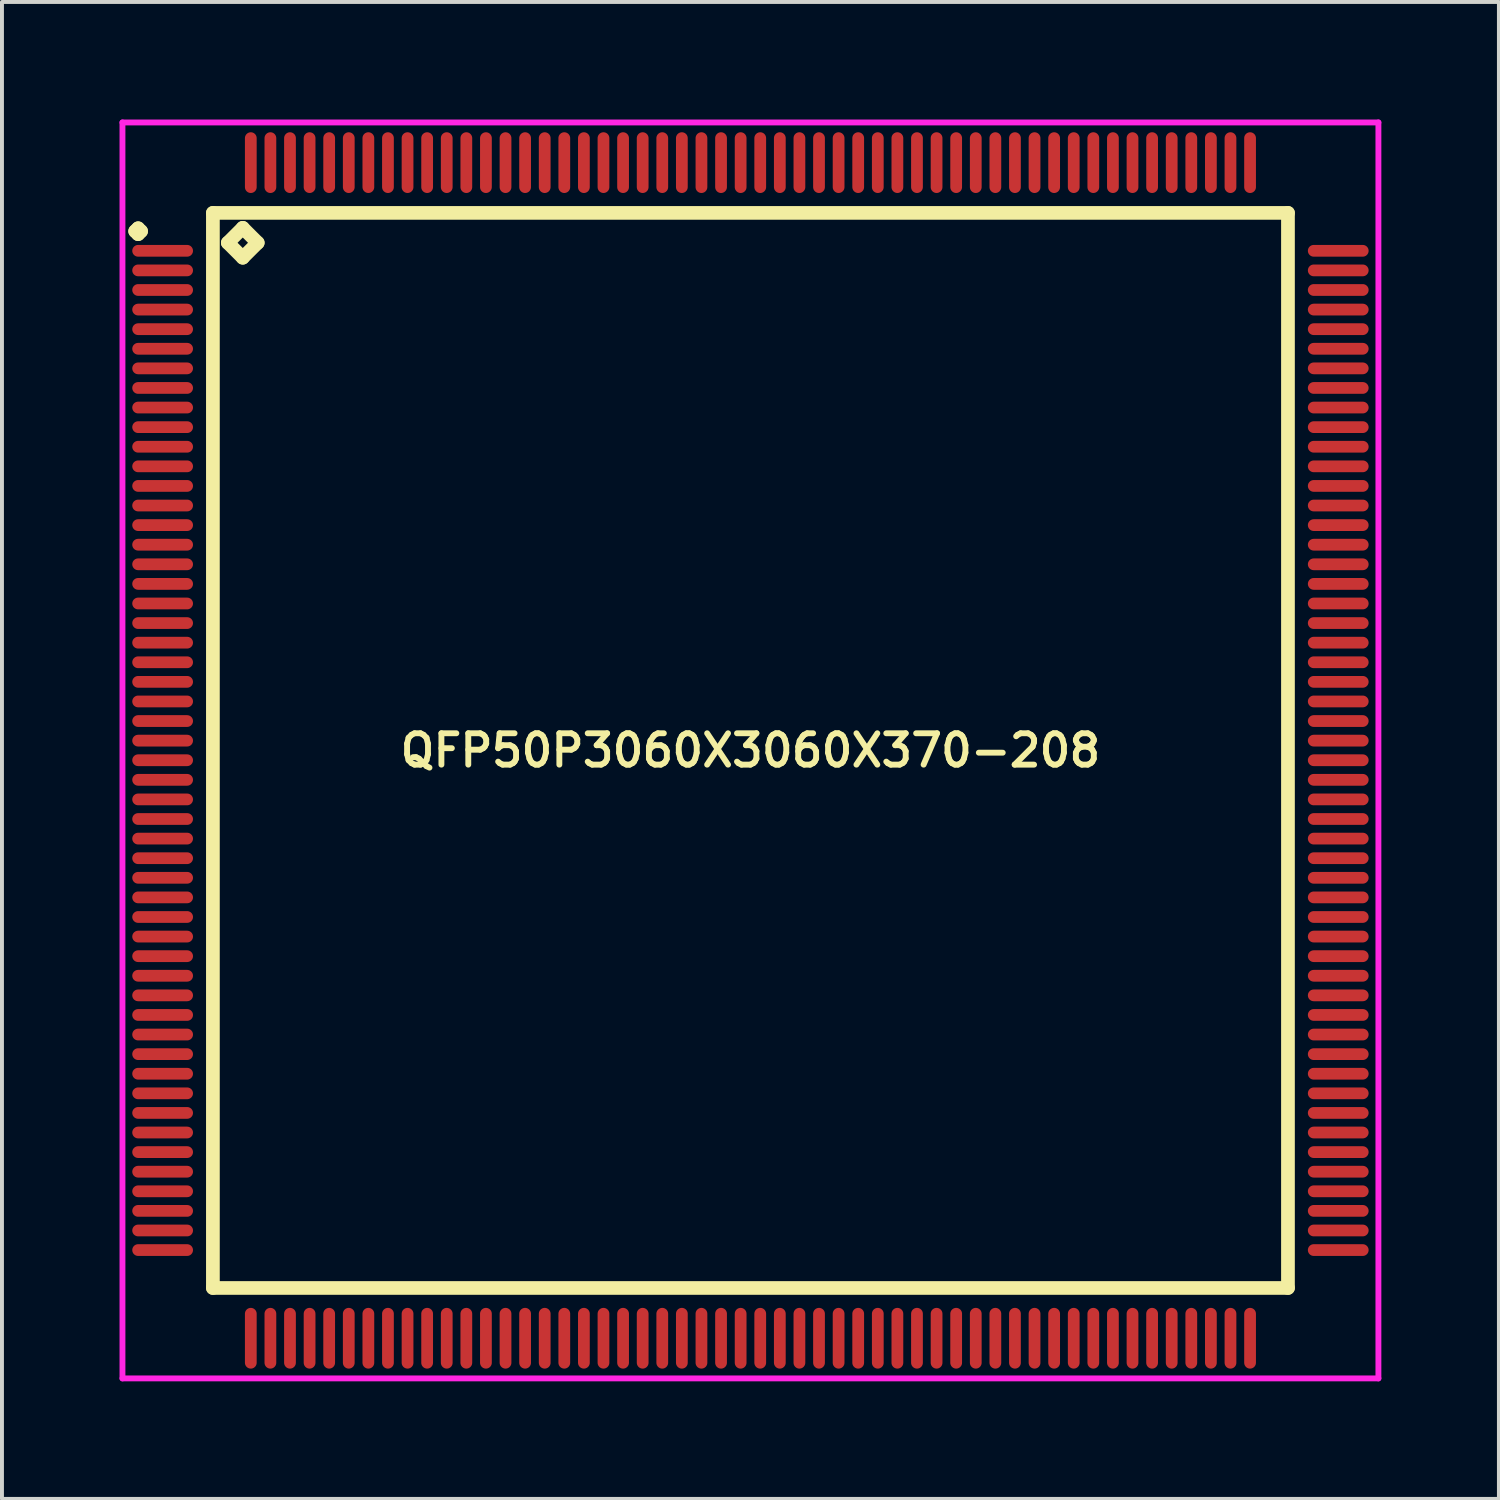
<source format=kicad_pcb>
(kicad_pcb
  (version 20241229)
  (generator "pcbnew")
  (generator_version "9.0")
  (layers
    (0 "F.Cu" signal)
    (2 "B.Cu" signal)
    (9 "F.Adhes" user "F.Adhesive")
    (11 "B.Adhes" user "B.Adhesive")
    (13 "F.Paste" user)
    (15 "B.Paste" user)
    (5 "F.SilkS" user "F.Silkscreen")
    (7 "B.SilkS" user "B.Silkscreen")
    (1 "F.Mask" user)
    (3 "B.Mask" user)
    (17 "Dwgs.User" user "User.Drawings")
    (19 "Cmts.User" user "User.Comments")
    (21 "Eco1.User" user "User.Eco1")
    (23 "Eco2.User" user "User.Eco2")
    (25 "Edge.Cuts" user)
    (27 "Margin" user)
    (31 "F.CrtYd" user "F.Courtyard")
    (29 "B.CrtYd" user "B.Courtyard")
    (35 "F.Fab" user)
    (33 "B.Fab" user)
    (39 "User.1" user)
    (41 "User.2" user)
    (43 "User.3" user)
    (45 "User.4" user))
  (footprint "QFP50P3060X3060X370-208"
    (layer "F.Cu")
    (at 16.1 16.1)
    (property "Reference" "QFP50P3060X3060X370-208" (at 0 0 0) (layer "F.SilkS") (effects (font (size 0.8 0.8) (thickness 0.15))))
    (attr smd)
    (fp_line (start -15.7 -13.25) (end -15.625 -13.325) (stroke (width 0.35) (type solid)) (layer "F.SilkS"))
    (fp_line (start -15.625 -13.325) (end -15.55 -13.25) (stroke (width 0.35) (type solid)) (layer "F.SilkS"))
    (fp_line (start -15.625 -13.175) (end -15.7 -13.25) (stroke (width 0.35) (type solid)) (layer "F.SilkS"))
    (fp_line (start -15.55 -13.25) (end -15.625 -13.175) (stroke (width 0.35) (type solid)) (layer "F.SilkS"))
    (fp_line (start -13.717 -13.717) (end -13.717 13.717) (stroke (width 0.35) (type solid)) (layer "F.SilkS"))
    (fp_line (start -13.717 13.717) (end 13.717 13.717) (stroke (width 0.35) (type solid)) (layer "F.SilkS"))
    (fp_line (start -13.336 -12.955) (end -12.955 -13.336) (stroke (width 0.35) (type solid)) (layer "F.SilkS"))
    (fp_line (start -12.955 -13.336) (end -12.574 -12.955) (stroke (width 0.35) (type solid)) (layer "F.SilkS"))
    (fp_line (start -12.955 -12.574) (end -13.336 -12.955) (stroke (width 0.35) (type solid)) (layer "F.SilkS"))
    (fp_line (start -12.574 -12.955) (end -12.955 -12.574) (stroke (width 0.35) (type solid)) (layer "F.SilkS"))
    (fp_line (start 13.717 -13.717) (end -13.717 -13.717) (stroke (width 0.35) (type solid)) (layer "F.SilkS"))
    (fp_line (start 13.717 13.717) (end 13.717 -13.717) (stroke (width 0.35) (type solid)) (layer "F.SilkS"))
    (fp_line (start -16.025 -16.025) (end 16.025 -16.025) (stroke (width 0.15) (type solid)) (layer "F.CrtYd"))
    (fp_line (start -16.025 16.025) (end -16.025 -16.025) (stroke (width 0.15) (type solid)) (layer "F.CrtYd"))
    (fp_line (start 16.025 -16.025) (end 16.025 16.025) (stroke (width 0.15) (type solid)) (layer "F.CrtYd"))
    (fp_line (start 16.025 16.025) (end -16.025 16.025) (stroke (width 0.15) (type solid)) (layer "F.CrtYd"))
    (pad "1" smd oval (at -15 -12.75) (size 1.55 0.3) (layers "F.Cu" "F.Mask" "F.Paste"))
    (pad "2" smd oval (at -15 -12.25) (size 1.55 0.3) (layers "F.Cu" "F.Mask" "F.Paste"))
    (pad "3" smd oval (at -15 -11.75) (size 1.55 0.3) (layers "F.Cu" "F.Mask" "F.Paste"))
    (pad "4" smd oval (at -15 -11.25) (size 1.55 0.3) (layers "F.Cu" "F.Mask" "F.Paste"))
    (pad "5" smd oval (at -15 -10.75) (size 1.55 0.3) (layers "F.Cu" "F.Mask" "F.Paste"))
    (pad "6" smd oval (at -15 -10.25) (size 1.55 0.3) (layers "F.Cu" "F.Mask" "F.Paste"))
    (pad "7" smd oval (at -15 -9.75) (size 1.55 0.3) (layers "F.Cu" "F.Mask" "F.Paste"))
    (pad "8" smd oval (at -15 -9.25) (size 1.55 0.3) (layers "F.Cu" "F.Mask" "F.Paste"))
    (pad "9" smd oval (at -15 -8.75) (size 1.55 0.3) (layers "F.Cu" "F.Mask" "F.Paste"))
    (pad "10" smd oval (at -15 -8.25) (size 1.55 0.3) (layers "F.Cu" "F.Mask" "F.Paste"))
    (pad "11" smd oval (at -15 -7.75) (size 1.55 0.3) (layers "F.Cu" "F.Mask" "F.Paste"))
    (pad "12" smd oval (at -15 -7.25) (size 1.55 0.3) (layers "F.Cu" "F.Mask" "F.Paste"))
    (pad "13" smd oval (at -15 -6.75) (size 1.55 0.3) (layers "F.Cu" "F.Mask" "F.Paste"))
    (pad "14" smd oval (at -15 -6.25) (size 1.55 0.3) (layers "F.Cu" "F.Mask" "F.Paste"))
    (pad "15" smd oval (at -15 -5.75) (size 1.55 0.3) (layers "F.Cu" "F.Mask" "F.Paste"))
    (pad "16" smd oval (at -15 -5.25) (size 1.55 0.3) (layers "F.Cu" "F.Mask" "F.Paste"))
    (pad "17" smd oval (at -15 -4.75) (size 1.55 0.3) (layers "F.Cu" "F.Mask" "F.Paste"))
    (pad "18" smd oval (at -15 -4.25) (size 1.55 0.3) (layers "F.Cu" "F.Mask" "F.Paste"))
    (pad "19" smd oval (at -15 -3.75) (size 1.55 0.3) (layers "F.Cu" "F.Mask" "F.Paste"))
    (pad "20" smd oval (at -15 -3.25) (size 1.55 0.3) (layers "F.Cu" "F.Mask" "F.Paste"))
    (pad "21" smd oval (at -15 -2.75) (size 1.55 0.3) (layers "F.Cu" "F.Mask" "F.Paste"))
    (pad "22" smd oval (at -15 -2.25) (size 1.55 0.3) (layers "F.Cu" "F.Mask" "F.Paste"))
    (pad "23" smd oval (at -15 -1.75) (size 1.55 0.3) (layers "F.Cu" "F.Mask" "F.Paste"))
    (pad "24" smd oval (at -15 -1.25) (size 1.55 0.3) (layers "F.Cu" "F.Mask" "F.Paste"))
    (pad "25" smd oval (at -15 -0.75) (size 1.55 0.3) (layers "F.Cu" "F.Mask" "F.Paste"))
    (pad "26" smd oval (at -15 -0.25) (size 1.55 0.3) (layers "F.Cu" "F.Mask" "F.Paste"))
    (pad "27" smd oval (at -15 0.25) (size 1.55 0.3) (layers "F.Cu" "F.Mask" "F.Paste"))
    (pad "28" smd oval (at -15 0.75) (size 1.55 0.3) (layers "F.Cu" "F.Mask" "F.Paste"))
    (pad "29" smd oval (at -15 1.25) (size 1.55 0.3) (layers "F.Cu" "F.Mask" "F.Paste"))
    (pad "30" smd oval (at -15 1.75) (size 1.55 0.3) (layers "F.Cu" "F.Mask" "F.Paste"))
    (pad "31" smd oval (at -15 2.25) (size 1.55 0.3) (layers "F.Cu" "F.Mask" "F.Paste"))
    (pad "32" smd oval (at -15 2.75) (size 1.55 0.3) (layers "F.Cu" "F.Mask" "F.Paste"))
    (pad "33" smd oval (at -15 3.25) (size 1.55 0.3) (layers "F.Cu" "F.Mask" "F.Paste"))
    (pad "34" smd oval (at -15 3.75) (size 1.55 0.3) (layers "F.Cu" "F.Mask" "F.Paste"))
    (pad "35" smd oval (at -15 4.25) (size 1.55 0.3) (layers "F.Cu" "F.Mask" "F.Paste"))
    (pad "36" smd oval (at -15 4.75) (size 1.55 0.3) (layers "F.Cu" "F.Mask" "F.Paste"))
    (pad "37" smd oval (at -15 5.25) (size 1.55 0.3) (layers "F.Cu" "F.Mask" "F.Paste"))
    (pad "38" smd oval (at -15 5.75) (size 1.55 0.3) (layers "F.Cu" "F.Mask" "F.Paste"))
    (pad "39" smd oval (at -15 6.25) (size 1.55 0.3) (layers "F.Cu" "F.Mask" "F.Paste"))
    (pad "40" smd oval (at -15 6.75) (size 1.55 0.3) (layers "F.Cu" "F.Mask" "F.Paste"))
    (pad "41" smd oval (at -15 7.25) (size 1.55 0.3) (layers "F.Cu" "F.Mask" "F.Paste"))
    (pad "42" smd oval (at -15 7.75) (size 1.55 0.3) (layers "F.Cu" "F.Mask" "F.Paste"))
    (pad "43" smd oval (at -15 8.25) (size 1.55 0.3) (layers "F.Cu" "F.Mask" "F.Paste"))
    (pad "44" smd oval (at -15 8.75) (size 1.55 0.3) (layers "F.Cu" "F.Mask" "F.Paste"))
    (pad "45" smd oval (at -15 9.25) (size 1.55 0.3) (layers "F.Cu" "F.Mask" "F.Paste"))
    (pad "46" smd oval (at -15 9.75) (size 1.55 0.3) (layers "F.Cu" "F.Mask" "F.Paste"))
    (pad "47" smd oval (at -15 10.25) (size 1.55 0.3) (layers "F.Cu" "F.Mask" "F.Paste"))
    (pad "48" smd oval (at -15 10.75) (size 1.55 0.3) (layers "F.Cu" "F.Mask" "F.Paste"))
    (pad "49" smd oval (at -15 11.25) (size 1.55 0.3) (layers "F.Cu" "F.Mask" "F.Paste"))
    (pad "50" smd oval (at -15 11.75) (size 1.55 0.3) (layers "F.Cu" "F.Mask" "F.Paste"))
    (pad "51" smd oval (at -15 12.25) (size 1.55 0.3) (layers "F.Cu" "F.Mask" "F.Paste"))
    (pad "52" smd oval (at -15 12.75) (size 1.55 0.3) (layers "F.Cu" "F.Mask" "F.Paste"))
    (pad "53" smd oval (at -12.75 15) (size 0.3 1.55) (layers "F.Cu" "F.Mask" "F.Paste"))
    (pad "54" smd oval (at -12.25 15) (size 0.3 1.55) (layers "F.Cu" "F.Mask" "F.Paste"))
    (pad "55" smd oval (at -11.75 15) (size 0.3 1.55) (layers "F.Cu" "F.Mask" "F.Paste"))
    (pad "56" smd oval (at -11.25 15) (size 0.3 1.55) (layers "F.Cu" "F.Mask" "F.Paste"))
    (pad "57" smd oval (at -10.75 15) (size 0.3 1.55) (layers "F.Cu" "F.Mask" "F.Paste"))
    (pad "58" smd oval (at -10.25 15) (size 0.3 1.55) (layers "F.Cu" "F.Mask" "F.Paste"))
    (pad "59" smd oval (at -9.75 15) (size 0.3 1.55) (layers "F.Cu" "F.Mask" "F.Paste"))
    (pad "60" smd oval (at -9.25 15) (size 0.3 1.55) (layers "F.Cu" "F.Mask" "F.Paste"))
    (pad "61" smd oval (at -8.75 15) (size 0.3 1.55) (layers "F.Cu" "F.Mask" "F.Paste"))
    (pad "62" smd oval (at -8.25 15) (size 0.3 1.55) (layers "F.Cu" "F.Mask" "F.Paste"))
    (pad "63" smd oval (at -7.75 15) (size 0.3 1.55) (layers "F.Cu" "F.Mask" "F.Paste"))
    (pad "64" smd oval (at -7.25 15) (size 0.3 1.55) (layers "F.Cu" "F.Mask" "F.Paste"))
    (pad "65" smd oval (at -6.75 15) (size 0.3 1.55) (layers "F.Cu" "F.Mask" "F.Paste"))
    (pad "66" smd oval (at -6.25 15) (size 0.3 1.55) (layers "F.Cu" "F.Mask" "F.Paste"))
    (pad "67" smd oval (at -5.75 15) (size 0.3 1.55) (layers "F.Cu" "F.Mask" "F.Paste"))
    (pad "68" smd oval (at -5.25 15) (size 0.3 1.55) (layers "F.Cu" "F.Mask" "F.Paste"))
    (pad "69" smd oval (at -4.75 15) (size 0.3 1.55) (layers "F.Cu" "F.Mask" "F.Paste"))
    (pad "70" smd oval (at -4.25 15) (size 0.3 1.55) (layers "F.Cu" "F.Mask" "F.Paste"))
    (pad "71" smd oval (at -3.75 15) (size 0.3 1.55) (layers "F.Cu" "F.Mask" "F.Paste"))
    (pad "72" smd oval (at -3.25 15) (size 0.3 1.55) (layers "F.Cu" "F.Mask" "F.Paste"))
    (pad "73" smd oval (at -2.75 15) (size 0.3 1.55) (layers "F.Cu" "F.Mask" "F.Paste"))
    (pad "74" smd oval (at -2.25 15) (size 0.3 1.55) (layers "F.Cu" "F.Mask" "F.Paste"))
    (pad "75" smd oval (at -1.75 15) (size 0.3 1.55) (layers "F.Cu" "F.Mask" "F.Paste"))
    (pad "76" smd oval (at -1.25 15) (size 0.3 1.55) (layers "F.Cu" "F.Mask" "F.Paste"))
    (pad "77" smd oval (at -0.75 15) (size 0.3 1.55) (layers "F.Cu" "F.Mask" "F.Paste"))
    (pad "78" smd oval (at -0.25 15) (size 0.3 1.55) (layers "F.Cu" "F.Mask" "F.Paste"))
    (pad "79" smd oval (at 0.25 15) (size 0.3 1.55) (layers "F.Cu" "F.Mask" "F.Paste"))
    (pad "80" smd oval (at 0.75 15) (size 0.3 1.55) (layers "F.Cu" "F.Mask" "F.Paste"))
    (pad "81" smd oval (at 1.25 15) (size 0.3 1.55) (layers "F.Cu" "F.Mask" "F.Paste"))
    (pad "82" smd oval (at 1.75 15) (size 0.3 1.55) (layers "F.Cu" "F.Mask" "F.Paste"))
    (pad "83" smd oval (at 2.25 15) (size 0.3 1.55) (layers "F.Cu" "F.Mask" "F.Paste"))
    (pad "84" smd oval (at 2.75 15) (size 0.3 1.55) (layers "F.Cu" "F.Mask" "F.Paste"))
    (pad "85" smd oval (at 3.25 15) (size 0.3 1.55) (layers "F.Cu" "F.Mask" "F.Paste"))
    (pad "86" smd oval (at 3.75 15) (size 0.3 1.55) (layers "F.Cu" "F.Mask" "F.Paste"))
    (pad "87" smd oval (at 4.25 15) (size 0.3 1.55) (layers "F.Cu" "F.Mask" "F.Paste"))
    (pad "88" smd oval (at 4.75 15) (size 0.3 1.55) (layers "F.Cu" "F.Mask" "F.Paste"))
    (pad "89" smd oval (at 5.25 15) (size 0.3 1.55) (layers "F.Cu" "F.Mask" "F.Paste"))
    (pad "90" smd oval (at 5.75 15) (size 0.3 1.55) (layers "F.Cu" "F.Mask" "F.Paste"))
    (pad "91" smd oval (at 6.25 15) (size 0.3 1.55) (layers "F.Cu" "F.Mask" "F.Paste"))
    (pad "92" smd oval (at 6.75 15) (size 0.3 1.55) (layers "F.Cu" "F.Mask" "F.Paste"))
    (pad "93" smd oval (at 7.25 15) (size 0.3 1.55) (layers "F.Cu" "F.Mask" "F.Paste"))
    (pad "94" smd oval (at 7.75 15) (size 0.3 1.55) (layers "F.Cu" "F.Mask" "F.Paste"))
    (pad "95" smd oval (at 8.25 15) (size 0.3 1.55) (layers "F.Cu" "F.Mask" "F.Paste"))
    (pad "96" smd oval (at 8.75 15) (size 0.3 1.55) (layers "F.Cu" "F.Mask" "F.Paste"))
    (pad "97" smd oval (at 9.25 15) (size 0.3 1.55) (layers "F.Cu" "F.Mask" "F.Paste"))
    (pad "98" smd oval (at 9.75 15) (size 0.3 1.55) (layers "F.Cu" "F.Mask" "F.Paste"))
    (pad "99" smd oval (at 10.25 15) (size 0.3 1.55) (layers "F.Cu" "F.Mask" "F.Paste"))
    (pad "100" smd oval (at 10.75 15) (size 0.3 1.55) (layers "F.Cu" "F.Mask" "F.Paste"))
    (pad "101" smd oval (at 11.25 15) (size 0.3 1.55) (layers "F.Cu" "F.Mask" "F.Paste"))
    (pad "102" smd oval (at 11.75 15) (size 0.3 1.55) (layers "F.Cu" "F.Mask" "F.Paste"))
    (pad "103" smd oval (at 12.25 15) (size 0.3 1.55) (layers "F.Cu" "F.Mask" "F.Paste"))
    (pad "104" smd oval (at 12.75 15) (size 0.3 1.55) (layers "F.Cu" "F.Mask" "F.Paste"))
    (pad "105" smd oval (at 15 12.75) (size 1.55 0.3) (layers "F.Cu" "F.Mask" "F.Paste"))
    (pad "106" smd oval (at 15 12.25) (size 1.55 0.3) (layers "F.Cu" "F.Mask" "F.Paste"))
    (pad "107" smd oval (at 15 11.75) (size 1.55 0.3) (layers "F.Cu" "F.Mask" "F.Paste"))
    (pad "108" smd oval (at 15 11.25) (size 1.55 0.3) (layers "F.Cu" "F.Mask" "F.Paste"))
    (pad "109" smd oval (at 15 10.75) (size 1.55 0.3) (layers "F.Cu" "F.Mask" "F.Paste"))
    (pad "110" smd oval (at 15 10.25) (size 1.55 0.3) (layers "F.Cu" "F.Mask" "F.Paste"))
    (pad "111" smd oval (at 15 9.75) (size 1.55 0.3) (layers "F.Cu" "F.Mask" "F.Paste"))
    (pad "112" smd oval (at 15 9.25) (size 1.55 0.3) (layers "F.Cu" "F.Mask" "F.Paste"))
    (pad "113" smd oval (at 15 8.75) (size 1.55 0.3) (layers "F.Cu" "F.Mask" "F.Paste"))
    (pad "114" smd oval (at 15 8.25) (size 1.55 0.3) (layers "F.Cu" "F.Mask" "F.Paste"))
    (pad "115" smd oval (at 15 7.75) (size 1.55 0.3) (layers "F.Cu" "F.Mask" "F.Paste"))
    (pad "116" smd oval (at 15 7.25) (size 1.55 0.3) (layers "F.Cu" "F.Mask" "F.Paste"))
    (pad "117" smd oval (at 15 6.75) (size 1.55 0.3) (layers "F.Cu" "F.Mask" "F.Paste"))
    (pad "118" smd oval (at 15 6.25) (size 1.55 0.3) (layers "F.Cu" "F.Mask" "F.Paste"))
    (pad "119" smd oval (at 15 5.75) (size 1.55 0.3) (layers "F.Cu" "F.Mask" "F.Paste"))
    (pad "120" smd oval (at 15 5.25) (size 1.55 0.3) (layers "F.Cu" "F.Mask" "F.Paste"))
    (pad "121" smd oval (at 15 4.75) (size 1.55 0.3) (layers "F.Cu" "F.Mask" "F.Paste"))
    (pad "122" smd oval (at 15 4.25) (size 1.55 0.3) (layers "F.Cu" "F.Mask" "F.Paste"))
    (pad "123" smd oval (at 15 3.75) (size 1.55 0.3) (layers "F.Cu" "F.Mask" "F.Paste"))
    (pad "124" smd oval (at 15 3.25) (size 1.55 0.3) (layers "F.Cu" "F.Mask" "F.Paste"))
    (pad "125" smd oval (at 15 2.75) (size 1.55 0.3) (layers "F.Cu" "F.Mask" "F.Paste"))
    (pad "126" smd oval (at 15 2.25) (size 1.55 0.3) (layers "F.Cu" "F.Mask" "F.Paste"))
    (pad "127" smd oval (at 15 1.75) (size 1.55 0.3) (layers "F.Cu" "F.Mask" "F.Paste"))
    (pad "128" smd oval (at 15 1.25) (size 1.55 0.3) (layers "F.Cu" "F.Mask" "F.Paste"))
    (pad "129" smd oval (at 15 0.75) (size 1.55 0.3) (layers "F.Cu" "F.Mask" "F.Paste"))
    (pad "130" smd oval (at 15 0.25) (size 1.55 0.3) (layers "F.Cu" "F.Mask" "F.Paste"))
    (pad "131" smd oval (at 15 -0.25) (size 1.55 0.3) (layers "F.Cu" "F.Mask" "F.Paste"))
    (pad "132" smd oval (at 15 -0.75) (size 1.55 0.3) (layers "F.Cu" "F.Mask" "F.Paste"))
    (pad "133" smd oval (at 15 -1.25) (size 1.55 0.3) (layers "F.Cu" "F.Mask" "F.Paste"))
    (pad "134" smd oval (at 15 -1.75) (size 1.55 0.3) (layers "F.Cu" "F.Mask" "F.Paste"))
    (pad "135" smd oval (at 15 -2.25) (size 1.55 0.3) (layers "F.Cu" "F.Mask" "F.Paste"))
    (pad "136" smd oval (at 15 -2.75) (size 1.55 0.3) (layers "F.Cu" "F.Mask" "F.Paste"))
    (pad "137" smd oval (at 15 -3.25) (size 1.55 0.3) (layers "F.Cu" "F.Mask" "F.Paste"))
    (pad "138" smd oval (at 15 -3.75) (size 1.55 0.3) (layers "F.Cu" "F.Mask" "F.Paste"))
    (pad "139" smd oval (at 15 -4.25) (size 1.55 0.3) (layers "F.Cu" "F.Mask" "F.Paste"))
    (pad "140" smd oval (at 15 -4.75) (size 1.55 0.3) (layers "F.Cu" "F.Mask" "F.Paste"))
    (pad "141" smd oval (at 15 -5.25) (size 1.55 0.3) (layers "F.Cu" "F.Mask" "F.Paste"))
    (pad "142" smd oval (at 15 -5.75) (size 1.55 0.3) (layers "F.Cu" "F.Mask" "F.Paste"))
    (pad "143" smd oval (at 15 -6.25) (size 1.55 0.3) (layers "F.Cu" "F.Mask" "F.Paste"))
    (pad "144" smd oval (at 15 -6.75) (size 1.55 0.3) (layers "F.Cu" "F.Mask" "F.Paste"))
    (pad "145" smd oval (at 15 -7.25) (size 1.55 0.3) (layers "F.Cu" "F.Mask" "F.Paste"))
    (pad "146" smd oval (at 15 -7.75) (size 1.55 0.3) (layers "F.Cu" "F.Mask" "F.Paste"))
    (pad "147" smd oval (at 15 -8.25) (size 1.55 0.3) (layers "F.Cu" "F.Mask" "F.Paste"))
    (pad "148" smd oval (at 15 -8.75) (size 1.55 0.3) (layers "F.Cu" "F.Mask" "F.Paste"))
    (pad "149" smd oval (at 15 -9.25) (size 1.55 0.3) (layers "F.Cu" "F.Mask" "F.Paste"))
    (pad "150" smd oval (at 15 -9.75) (size 1.55 0.3) (layers "F.Cu" "F.Mask" "F.Paste"))
    (pad "151" smd oval (at 15 -10.25) (size 1.55 0.3) (layers "F.Cu" "F.Mask" "F.Paste"))
    (pad "152" smd oval (at 15 -10.75) (size 1.55 0.3) (layers "F.Cu" "F.Mask" "F.Paste"))
    (pad "153" smd oval (at 15 -11.25) (size 1.55 0.3) (layers "F.Cu" "F.Mask" "F.Paste"))
    (pad "154" smd oval (at 15 -11.75) (size 1.55 0.3) (layers "F.Cu" "F.Mask" "F.Paste"))
    (pad "155" smd oval (at 15 -12.25) (size 1.55 0.3) (layers "F.Cu" "F.Mask" "F.Paste"))
    (pad "156" smd oval (at 15 -12.75) (size 1.55 0.3) (layers "F.Cu" "F.Mask" "F.Paste"))
    (pad "157" smd oval (at 12.75 -15) (size 0.3 1.55) (layers "F.Cu" "F.Mask" "F.Paste"))
    (pad "158" smd oval (at 12.25 -15) (size 0.3 1.55) (layers "F.Cu" "F.Mask" "F.Paste"))
    (pad "159" smd oval (at 11.75 -15) (size 0.3 1.55) (layers "F.Cu" "F.Mask" "F.Paste"))
    (pad "160" smd oval (at 11.25 -15) (size 0.3 1.55) (layers "F.Cu" "F.Mask" "F.Paste"))
    (pad "161" smd oval (at 10.75 -15) (size 0.3 1.55) (layers "F.Cu" "F.Mask" "F.Paste"))
    (pad "162" smd oval (at 10.25 -15) (size 0.3 1.55) (layers "F.Cu" "F.Mask" "F.Paste"))
    (pad "163" smd oval (at 9.75 -15) (size 0.3 1.55) (layers "F.Cu" "F.Mask" "F.Paste"))
    (pad "164" smd oval (at 9.25 -15) (size 0.3 1.55) (layers "F.Cu" "F.Mask" "F.Paste"))
    (pad "165" smd oval (at 8.75 -15) (size 0.3 1.55) (layers "F.Cu" "F.Mask" "F.Paste"))
    (pad "166" smd oval (at 8.25 -15) (size 0.3 1.55) (layers "F.Cu" "F.Mask" "F.Paste"))
    (pad "167" smd oval (at 7.75 -15) (size 0.3 1.55) (layers "F.Cu" "F.Mask" "F.Paste"))
    (pad "168" smd oval (at 7.25 -15) (size 0.3 1.55) (layers "F.Cu" "F.Mask" "F.Paste"))
    (pad "169" smd oval (at 6.75 -15) (size 0.3 1.55) (layers "F.Cu" "F.Mask" "F.Paste"))
    (pad "170" smd oval (at 6.25 -15) (size 0.3 1.55) (layers "F.Cu" "F.Mask" "F.Paste"))
    (pad "171" smd oval (at 5.75 -15) (size 0.3 1.55) (layers "F.Cu" "F.Mask" "F.Paste"))
    (pad "172" smd oval (at 5.25 -15) (size 0.3 1.55) (layers "F.Cu" "F.Mask" "F.Paste"))
    (pad "173" smd oval (at 4.75 -15) (size 0.3 1.55) (layers "F.Cu" "F.Mask" "F.Paste"))
    (pad "174" smd oval (at 4.25 -15) (size 0.3 1.55) (layers "F.Cu" "F.Mask" "F.Paste"))
    (pad "175" smd oval (at 3.75 -15) (size 0.3 1.55) (layers "F.Cu" "F.Mask" "F.Paste"))
    (pad "176" smd oval (at 3.25 -15) (size 0.3 1.55) (layers "F.Cu" "F.Mask" "F.Paste"))
    (pad "177" smd oval (at 2.75 -15) (size 0.3 1.55) (layers "F.Cu" "F.Mask" "F.Paste"))
    (pad "178" smd oval (at 2.25 -15) (size 0.3 1.55) (layers "F.Cu" "F.Mask" "F.Paste"))
    (pad "179" smd oval (at 1.75 -15) (size 0.3 1.55) (layers "F.Cu" "F.Mask" "F.Paste"))
    (pad "180" smd oval (at 1.25 -15) (size 0.3 1.55) (layers "F.Cu" "F.Mask" "F.Paste"))
    (pad "181" smd oval (at 0.75 -15) (size 0.3 1.55) (layers "F.Cu" "F.Mask" "F.Paste"))
    (pad "182" smd oval (at 0.25 -15) (size 0.3 1.55) (layers "F.Cu" "F.Mask" "F.Paste"))
    (pad "183" smd oval (at -0.25 -15) (size 0.3 1.55) (layers "F.Cu" "F.Mask" "F.Paste"))
    (pad "184" smd oval (at -0.75 -15) (size 0.3 1.55) (layers "F.Cu" "F.Mask" "F.Paste"))
    (pad "185" smd oval (at -1.25 -15) (size 0.3 1.55) (layers "F.Cu" "F.Mask" "F.Paste"))
    (pad "186" smd oval (at -1.75 -15) (size 0.3 1.55) (layers "F.Cu" "F.Mask" "F.Paste"))
    (pad "187" smd oval (at -2.25 -15) (size 0.3 1.55) (layers "F.Cu" "F.Mask" "F.Paste"))
    (pad "188" smd oval (at -2.75 -15) (size 0.3 1.55) (layers "F.Cu" "F.Mask" "F.Paste"))
    (pad "189" smd oval (at -3.25 -15) (size 0.3 1.55) (layers "F.Cu" "F.Mask" "F.Paste"))
    (pad "190" smd oval (at -3.75 -15) (size 0.3 1.55) (layers "F.Cu" "F.Mask" "F.Paste"))
    (pad "191" smd oval (at -4.25 -15) (size 0.3 1.55) (layers "F.Cu" "F.Mask" "F.Paste"))
    (pad "192" smd oval (at -4.75 -15) (size 0.3 1.55) (layers "F.Cu" "F.Mask" "F.Paste"))
    (pad "193" smd oval (at -5.25 -15) (size 0.3 1.55) (layers "F.Cu" "F.Mask" "F.Paste"))
    (pad "194" smd oval (at -5.75 -15) (size 0.3 1.55) (layers "F.Cu" "F.Mask" "F.Paste"))
    (pad "195" smd oval (at -6.25 -15) (size 0.3 1.55) (layers "F.Cu" "F.Mask" "F.Paste"))
    (pad "196" smd oval (at -6.75 -15) (size 0.3 1.55) (layers "F.Cu" "F.Mask" "F.Paste"))
    (pad "197" smd oval (at -7.25 -15) (size 0.3 1.55) (layers "F.Cu" "F.Mask" "F.Paste"))
    (pad "198" smd oval (at -7.75 -15) (size 0.3 1.55) (layers "F.Cu" "F.Mask" "F.Paste"))
    (pad "199" smd oval (at -8.25 -15) (size 0.3 1.55) (layers "F.Cu" "F.Mask" "F.Paste"))
    (pad "200" smd oval (at -8.75 -15) (size 0.3 1.55) (layers "F.Cu" "F.Mask" "F.Paste"))
    (pad "201" smd oval (at -9.25 -15) (size 0.3 1.55) (layers "F.Cu" "F.Mask" "F.Paste"))
    (pad "202" smd oval (at -9.75 -15) (size 0.3 1.55) (layers "F.Cu" "F.Mask" "F.Paste"))
    (pad "203" smd oval (at -10.25 -15) (size 0.3 1.55) (layers "F.Cu" "F.Mask" "F.Paste"))
    (pad "204" smd oval (at -10.75 -15) (size 0.3 1.55) (layers "F.Cu" "F.Mask" "F.Paste"))
    (pad "205" smd oval (at -11.25 -15) (size 0.3 1.55) (layers "F.Cu" "F.Mask" "F.Paste"))
    (pad "206" smd oval (at -11.75 -15) (size 0.3 1.55) (layers "F.Cu" "F.Mask" "F.Paste"))
    (pad "207" smd oval (at -12.25 -15) (size 0.3 1.55) (layers "F.Cu" "F.Mask" "F.Paste"))
    (pad "208" smd oval (at -12.75 -15) (size 0.3 1.55) (layers "F.Cu" "F.Mask" "F.Paste")))
  (gr_rect
    (start -3 -3)
    (end 35.2 35.2)
    (stroke (width 0.1) (type default))
    (fill no)
    (layer "Edge.Cuts")))
</source>
